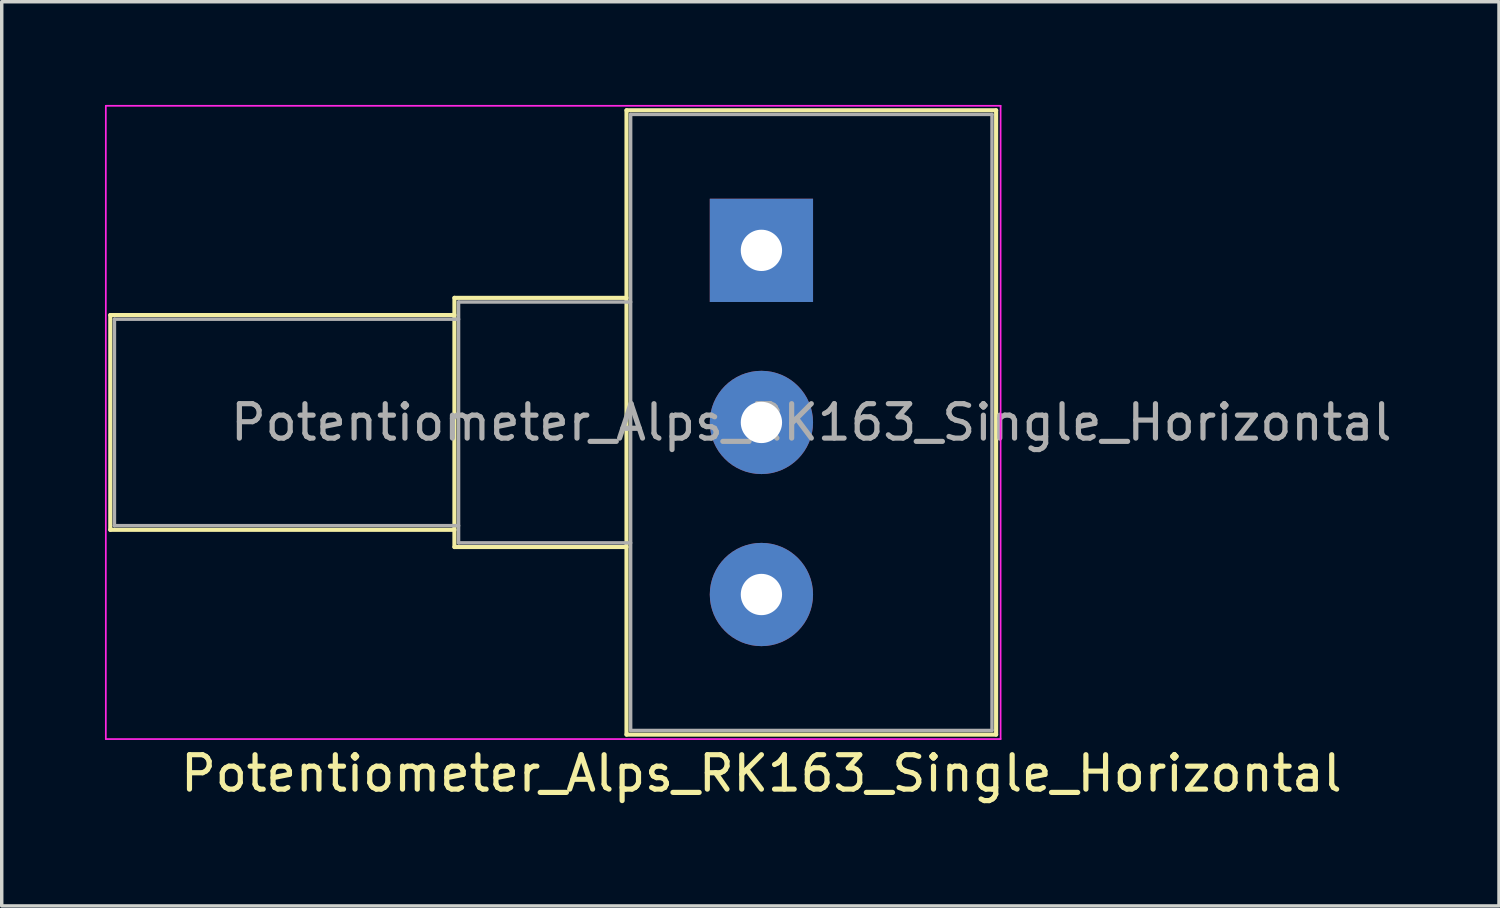
<source format=kicad_pcb>
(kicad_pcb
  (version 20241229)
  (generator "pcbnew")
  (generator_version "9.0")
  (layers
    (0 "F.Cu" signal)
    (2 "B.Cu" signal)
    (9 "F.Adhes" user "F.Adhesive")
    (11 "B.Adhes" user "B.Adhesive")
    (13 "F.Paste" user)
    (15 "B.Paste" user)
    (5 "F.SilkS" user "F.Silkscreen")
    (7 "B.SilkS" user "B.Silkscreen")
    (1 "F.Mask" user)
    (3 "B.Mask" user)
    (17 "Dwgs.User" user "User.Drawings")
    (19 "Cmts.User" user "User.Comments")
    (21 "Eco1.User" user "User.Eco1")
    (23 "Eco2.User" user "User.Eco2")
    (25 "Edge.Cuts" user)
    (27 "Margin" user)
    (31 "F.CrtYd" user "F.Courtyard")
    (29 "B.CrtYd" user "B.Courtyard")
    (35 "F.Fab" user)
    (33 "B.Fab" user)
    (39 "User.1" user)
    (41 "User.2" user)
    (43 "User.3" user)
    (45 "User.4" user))
  (footprint "Potentiometer_Alps_RK163_Single_Horizontal"
    (layer "F.Cu")
    (at 19.075 4.225)
    (property "Reference" "Potentiometer_Alps_RK163_Single_Horizontal" (at 0 15.2 180) (layer "F.SilkS") (effects (font (size 1 1) (thickness 0.15))))
    (attr through_hole)
    (fp_line (start -18.92 8.12) (end -18.92 1.88) (stroke (width 0.12) (type solid)) (layer "F.SilkS"))
    (fp_line (start -8.92 1.88) (end -18.92 1.88) (stroke (width 0.12) (type solid)) (layer "F.SilkS"))
    (fp_line (start -8.92 8.12) (end -18.92 8.12) (stroke (width 0.12) (type solid)) (layer "F.SilkS"))
    (fp_line (start -8.92 8.62) (end -8.92 1.38) (stroke (width 0.12) (type solid)) (layer "F.SilkS"))
    (fp_line (start -3.92 1.38) (end -8.92 1.38) (stroke (width 0.12) (type solid)) (layer "F.SilkS"))
    (fp_line (start -3.92 8.62) (end -8.92 8.62) (stroke (width 0.12) (type solid)) (layer "F.SilkS"))
    (fp_line (start -3.92 14.07) (end -3.92 -4.07) (stroke (width 0.12) (type solid)) (layer "F.SilkS"))
    (fp_line (start 6.82 -4.07) (end -3.92 -4.07) (stroke (width 0.12) (type solid)) (layer "F.SilkS"))
    (fp_line (start 6.82 14.07) (end -3.92 14.07) (stroke (width 0.12) (type solid)) (layer "F.SilkS"))
    (fp_line (start 6.82 14.07) (end 6.82 -4.07) (stroke (width 0.12) (type solid)) (layer "F.SilkS"))
    (fp_line (start -19.05 -4.2) (end -19.05 14.2) (stroke (width 0.05) (type solid)) (layer "F.CrtYd"))
    (fp_line (start -19.05 14.2) (end 6.95 14.2) (stroke (width 0.05) (type solid)) (layer "F.CrtYd"))
    (fp_line (start 6.95 -4.2) (end -19.05 -4.2) (stroke (width 0.05) (type solid)) (layer "F.CrtYd"))
    (fp_line (start 6.95 14.2) (end 6.95 -4.2) (stroke (width 0.05) (type solid)) (layer "F.CrtYd"))
    (fp_line (start -18.8 2) (end -18.8 8) (stroke (width 0.1) (type solid)) (layer "F.Fab"))
    (fp_line (start -18.8 8) (end -8.8 8) (stroke (width 0.1) (type solid)) (layer "F.Fab"))
    (fp_line (start -8.8 1.5) (end -8.8 8.5) (stroke (width 0.1) (type solid)) (layer "F.Fab"))
    (fp_line (start -8.8 2) (end -18.8 2) (stroke (width 0.1) (type solid)) (layer "F.Fab"))
    (fp_line (start -8.8 8.5) (end -3.8 8.5) (stroke (width 0.1) (type solid)) (layer "F.Fab"))
    (fp_line (start -3.8 -3.95) (end -3.8 13.95) (stroke (width 0.1) (type solid)) (layer "F.Fab"))
    (fp_line (start -3.8 1.5) (end -8.8 1.5) (stroke (width 0.1) (type solid)) (layer "F.Fab"))
    (fp_line (start -3.8 13.95) (end 6.7 13.95) (stroke (width 0.1) (type solid)) (layer "F.Fab"))
    (fp_line (start 6.7 -3.95) (end -3.8 -3.95) (stroke (width 0.1) (type solid)) (layer "F.Fab"))
    (fp_line (start 6.7 13.95) (end 6.7 -3.95) (stroke (width 0.1) (type solid)) (layer "F.Fab"))
    (fp_text user "${REFERENCE}" (at 1.45 5 180) (layer "F.Fab") (effects (font (size 1 1) (thickness 0.15))))
    (pad "1" thru_hole rect (at 0 0 180) (size 3 3) (drill 1.2) (layers "*.Cu" "*.Mask"))
    (pad "2" thru_hole circle (at 0 5 180) (size 3 3) (drill 1.2) (layers "*.Cu" "*.Mask"))
    (pad "3" thru_hole circle (at 0 10 180) (size 3 3) (drill 1.2) (layers "*.Cu" "*.Mask")))
  (gr_rect
    (start -3 -3)
    (end 40.507 23.273)
    (stroke (width 0.1) (type default))
    (fill no)
    (layer "Edge.Cuts")))
</source>
